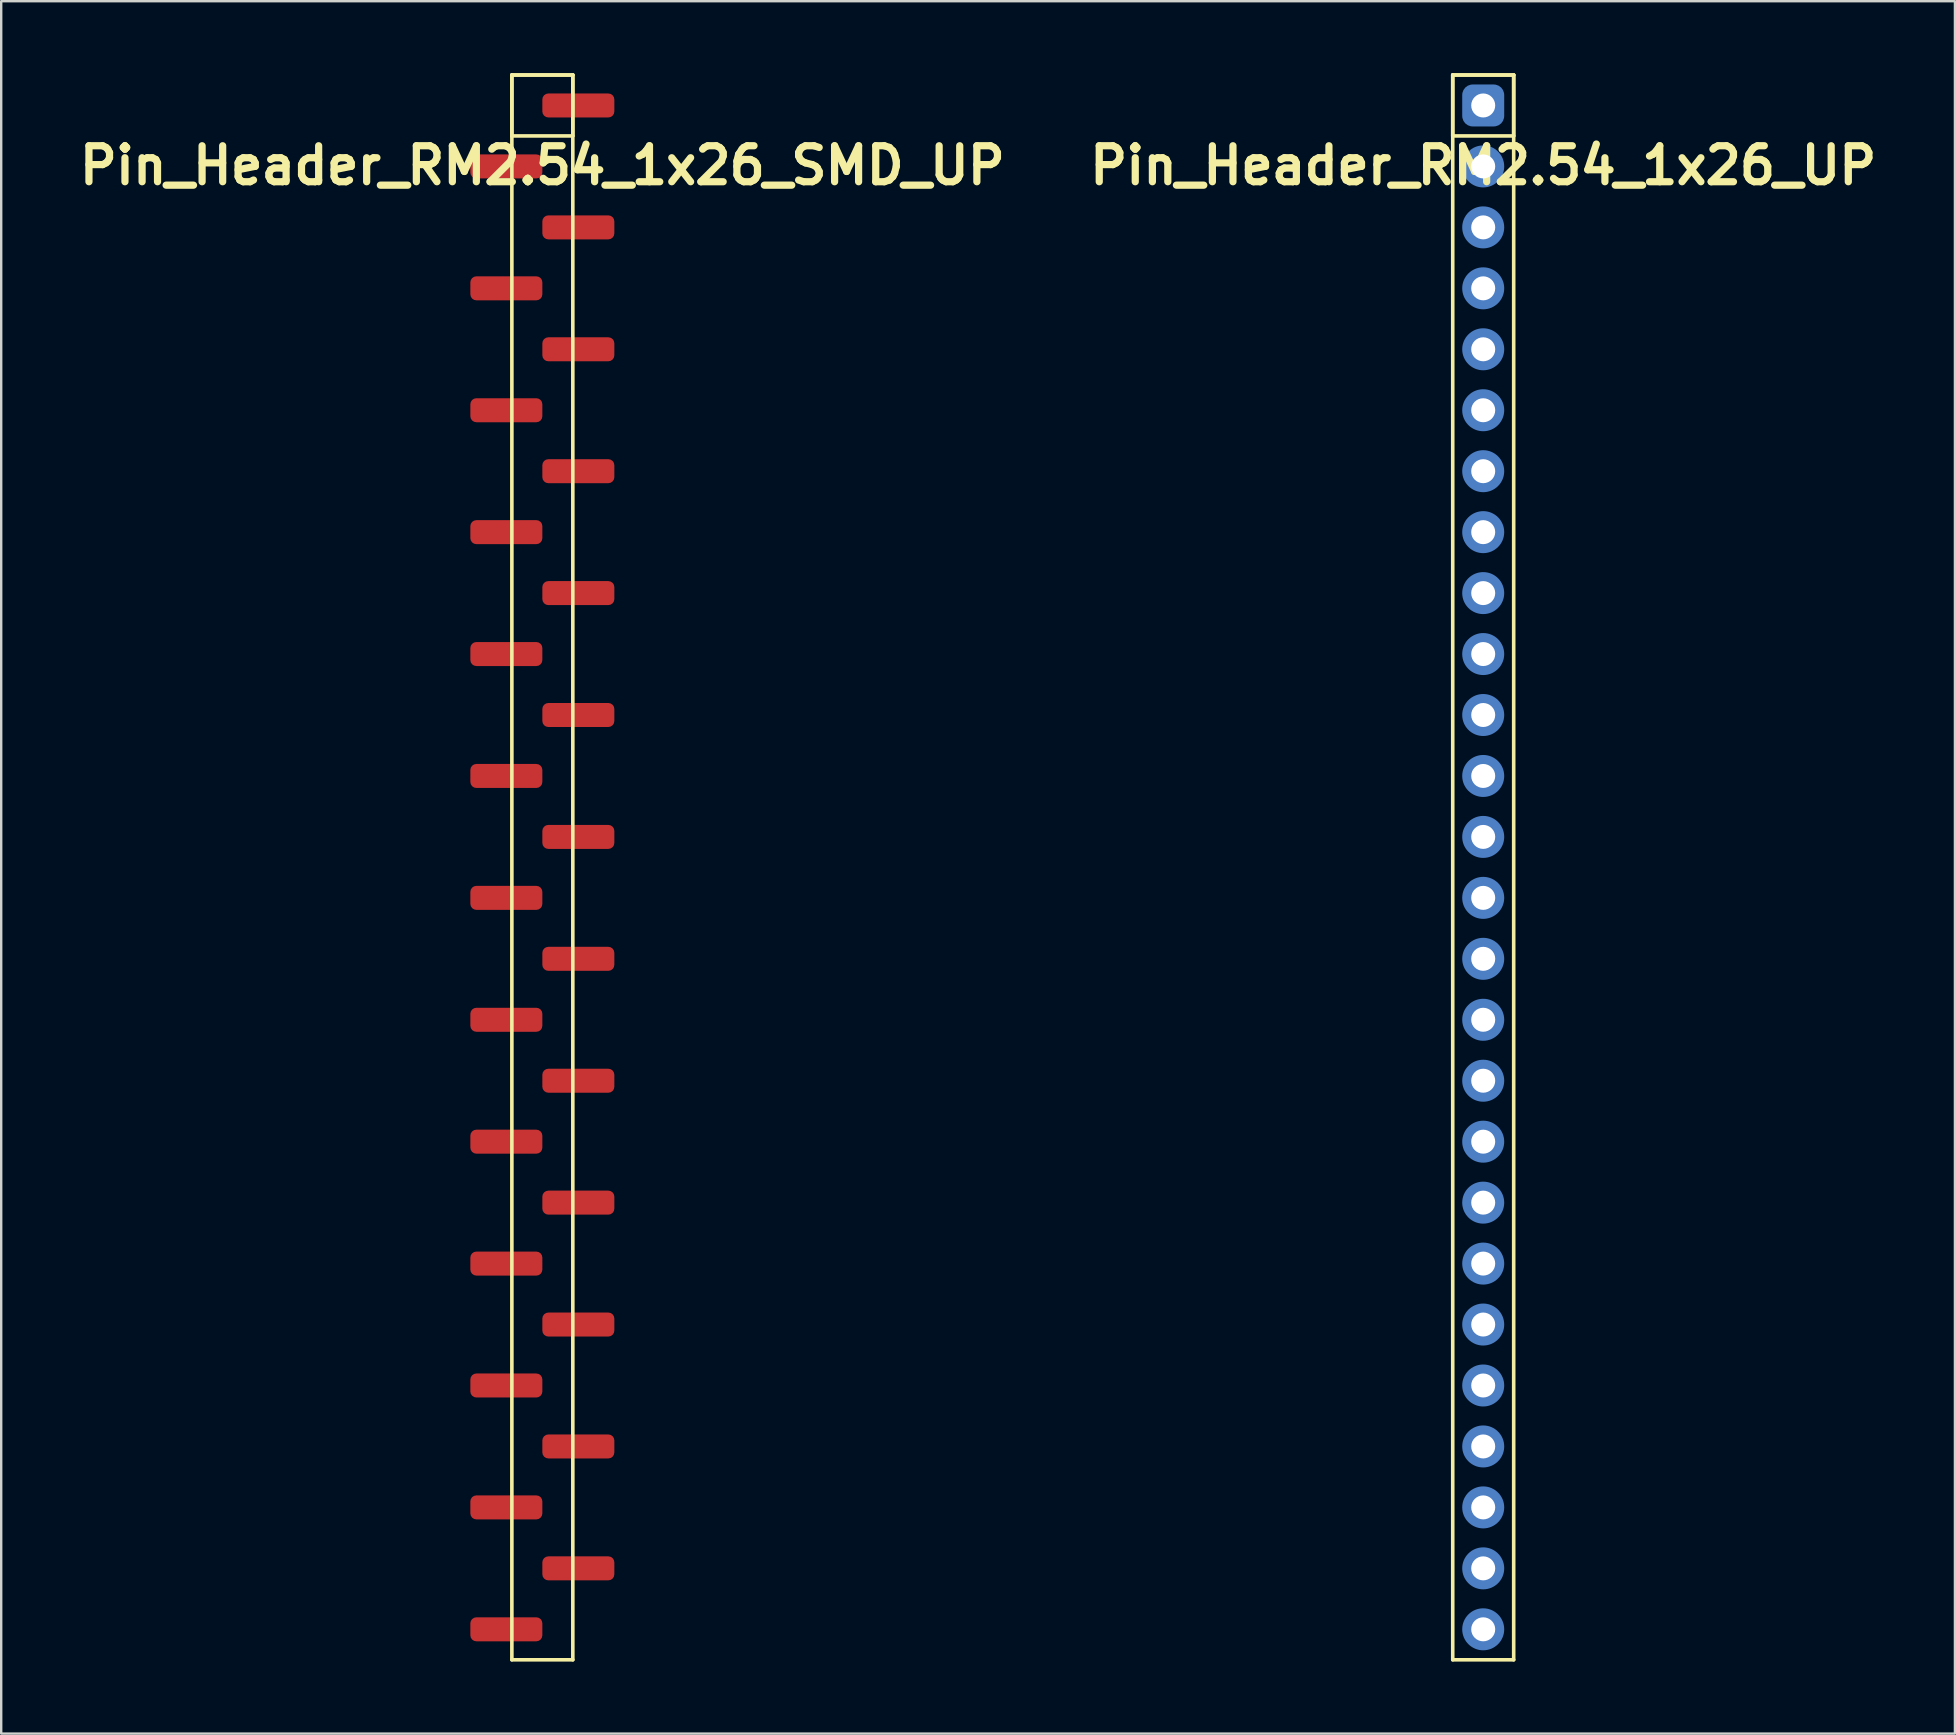
<source format=kicad_pcb>
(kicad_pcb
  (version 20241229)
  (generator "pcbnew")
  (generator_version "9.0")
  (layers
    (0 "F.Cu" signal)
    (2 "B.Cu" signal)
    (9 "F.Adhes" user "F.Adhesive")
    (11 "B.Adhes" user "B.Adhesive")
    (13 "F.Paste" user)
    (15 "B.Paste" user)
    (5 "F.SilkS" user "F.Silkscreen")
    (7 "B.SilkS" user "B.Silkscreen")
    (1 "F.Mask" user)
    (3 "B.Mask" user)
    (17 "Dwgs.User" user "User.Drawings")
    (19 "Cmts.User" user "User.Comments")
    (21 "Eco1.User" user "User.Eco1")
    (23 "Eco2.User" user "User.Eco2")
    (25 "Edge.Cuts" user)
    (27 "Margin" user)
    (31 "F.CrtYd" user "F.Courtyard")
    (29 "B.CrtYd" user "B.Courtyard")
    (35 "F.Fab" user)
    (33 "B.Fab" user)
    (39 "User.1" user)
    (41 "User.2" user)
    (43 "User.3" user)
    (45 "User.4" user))
  (footprint "Pin_Header_RM2.54_1x26_SMD_UP"
    (layer "F.Cu")
    (at 19.55 1.345)
    (property "Reference" "Pin_Header_RM2.54_1x26_SMD_UP" (at 0 2.5 0) (layer "F.SilkS") (effects (font (size 1.5 1.5) (thickness 0.3))))
    (attr through_hole)
    (fp_line (start -1.27 -1.27) (end 1.27 -1.27) (stroke (width 0.15) (type solid)) (layer "F.SilkS"))
    (fp_line (start -1.27 -1.27) (end 1.27 -1.27) (stroke (width 0.15) (type solid)) (layer "F.SilkS"))
    (fp_line (start -1.27 1.27) (end -1.27 -1.27) (stroke (width 0.15) (type solid)) (layer "F.SilkS"))
    (fp_line (start -1.27 64.77) (end -1.27 -1.27) (stroke (width 0.15) (type solid)) (layer "F.SilkS"))
    (fp_line (start 1.27 -1.27) (end 1.27 1.27) (stroke (width 0.15) (type solid)) (layer "F.SilkS"))
    (fp_line (start 1.27 -1.27) (end 1.27 64.77) (stroke (width 0.15) (type solid)) (layer "F.SilkS"))
    (fp_line (start 1.27 1.27) (end -1.27 1.27) (stroke (width 0.15) (type solid)) (layer "F.SilkS"))
    (fp_line (start 1.27 64.77) (end -1.27 64.77) (stroke (width 0.15) (type solid)) (layer "F.SilkS"))
    (pad "1" smd roundrect (at 1.5 0) (size 3 1) (layers "F.Cu" "F.Mask" "F.Paste") (roundrect_rratio 0.25))
    (pad "2" smd roundrect (at -1.5 2.54) (size 3 1) (layers "F.Cu" "F.Mask" "F.Paste") (roundrect_rratio 0.25))
    (pad "3" smd roundrect (at 1.5 5.08) (size 3 1) (layers "F.Cu" "F.Mask" "F.Paste") (roundrect_rratio 0.25))
    (pad "4" smd roundrect (at -1.5 7.62) (size 3 1) (layers "F.Cu" "F.Mask" "F.Paste") (roundrect_rratio 0.25))
    (pad "5" smd roundrect (at 1.5 10.16) (size 3 1) (layers "F.Cu" "F.Mask" "F.Paste") (roundrect_rratio 0.25))
    (pad "6" smd roundrect (at -1.5 12.7) (size 3 1) (layers "F.Cu" "F.Mask" "F.Paste") (roundrect_rratio 0.25))
    (pad "7" smd roundrect (at 1.5 15.24) (size 3 1) (layers "F.Cu" "F.Mask" "F.Paste") (roundrect_rratio 0.25))
    (pad "8" smd roundrect (at -1.5 17.78) (size 3 1) (layers "F.Cu" "F.Mask" "F.Paste") (roundrect_rratio 0.25))
    (pad "9" smd roundrect (at 1.5 20.32) (size 3 1) (layers "F.Cu" "F.Mask" "F.Paste") (roundrect_rratio 0.25))
    (pad "10" smd roundrect (at -1.5 22.86) (size 3 1) (layers "F.Cu" "F.Mask" "F.Paste") (roundrect_rratio 0.25))
    (pad "11" smd roundrect (at 1.5 25.4) (size 3 1) (layers "F.Cu" "F.Mask" "F.Paste") (roundrect_rratio 0.25))
    (pad "12" smd roundrect (at -1.5 27.94) (size 3 1) (layers "F.Cu" "F.Mask" "F.Paste") (roundrect_rratio 0.25))
    (pad "13" smd roundrect (at 1.5 30.48) (size 3 1) (layers "F.Cu" "F.Mask" "F.Paste") (roundrect_rratio 0.25))
    (pad "14" smd roundrect (at -1.5 33.02) (size 3 1) (layers "F.Cu" "F.Mask" "F.Paste") (roundrect_rratio 0.25))
    (pad "15" smd roundrect (at 1.5 35.56) (size 3 1) (layers "F.Cu" "F.Mask" "F.Paste") (roundrect_rratio 0.25))
    (pad "16" smd roundrect (at -1.5 38.1) (size 3 1) (layers "F.Cu" "F.Mask" "F.Paste") (roundrect_rratio 0.25))
    (pad "17" smd roundrect (at 1.5 40.64) (size 3 1) (layers "F.Cu" "F.Mask" "F.Paste") (roundrect_rratio 0.25))
    (pad "18" smd roundrect (at -1.5 43.18) (size 3 1) (layers "F.Cu" "F.Mask" "F.Paste") (roundrect_rratio 0.25))
    (pad "19" smd roundrect (at 1.5 45.72) (size 3 1) (layers "F.Cu" "F.Mask" "F.Paste") (roundrect_rratio 0.25))
    (pad "20" smd roundrect (at -1.5 48.26) (size 3 1) (layers "F.Cu" "F.Mask" "F.Paste") (roundrect_rratio 0.25))
    (pad "21" smd roundrect (at 1.5 50.8) (size 3 1) (layers "F.Cu" "F.Mask" "F.Paste") (roundrect_rratio 0.25))
    (pad "22" smd roundrect (at -1.5 53.34) (size 3 1) (layers "F.Cu" "F.Mask" "F.Paste") (roundrect_rratio 0.25))
    (pad "23" smd roundrect (at 1.5 55.88) (size 3 1) (layers "F.Cu" "F.Mask" "F.Paste") (roundrect_rratio 0.25))
    (pad "24" smd roundrect (at -1.5 58.42) (size 3 1) (layers "F.Cu" "F.Mask" "F.Paste") (roundrect_rratio 0.25))
    (pad "25" smd roundrect (at 1.5 60.96) (size 3 1) (layers "F.Cu" "F.Mask" "F.Paste") (roundrect_rratio 0.25))
    (pad "26" smd roundrect (at -1.5 63.5) (size 3 1) (layers "F.Cu" "F.Mask" "F.Paste") (roundrect_rratio 0.25)))
  (footprint "Pin_Header_RM2.54_1x26_UP"
    (layer "F.Cu")
    (at 58.757 1.345)
    (property "Reference" "Pin_Header_RM2.54_1x26_UP" (at 0 2.5 0) (layer "F.SilkS") (effects (font (size 1.5 1.5) (thickness 0.3))))
    (attr through_hole)
    (fp_line (start -1.27 -1.27) (end 1.27 -1.27) (stroke (width 0.15) (type solid)) (layer "F.SilkS"))
    (fp_line (start -1.27 -1.27) (end 1.27 -1.27) (stroke (width 0.15) (type solid)) (layer "F.SilkS"))
    (fp_line (start -1.27 1.27) (end -1.27 -1.27) (stroke (width 0.15) (type solid)) (layer "F.SilkS"))
    (fp_line (start -1.27 64.77) (end -1.27 -1.27) (stroke (width 0.15) (type solid)) (layer "F.SilkS"))
    (fp_line (start 1.27 -1.27) (end 1.27 1.27) (stroke (width 0.15) (type solid)) (layer "F.SilkS"))
    (fp_line (start 1.27 -1.27) (end 1.27 64.77) (stroke (width 0.15) (type solid)) (layer "F.SilkS"))
    (fp_line (start 1.27 1.27) (end -1.27 1.27) (stroke (width 0.15) (type solid)) (layer "F.SilkS"))
    (fp_line (start 1.27 64.77) (end -1.27 64.77) (stroke (width 0.15) (type solid)) (layer "F.SilkS"))
    (pad "1" thru_hole circle (at 0 0) (size 1.3 1.3) (drill 1) (layers "*.Cu" "*.Mask"))
    (pad "1" smd roundrect (at 0 0) (size 1.5 1.5) (layers "F.Cu" "F.Mask") (roundrect_rratio 0.25))
    (pad "1" smd roundrect (at 0 0) (size 1.75 1.75) (layers "B.Cu" "B.Mask") (roundrect_rratio 0.25))
    (pad "2" thru_hole circle (at 0 2.54) (size 1.3 1.3) (drill 1) (layers "*.Cu" "*.Mask"))
    (pad "2" smd circle (at 0 2.54) (size 1.5 1.5) (layers "F.Cu" "F.Mask"))
    (pad "2" smd circle (at 0 2.54) (size 1.75 1.75) (layers "B.Cu" "B.Mask"))
    (pad "3" thru_hole circle (at 0 5.08) (size 1.3 1.3) (drill 1) (layers "*.Cu" "*.Mask"))
    (pad "3" smd circle (at 0 5.08) (size 1.5 1.5) (layers "F.Cu" "F.Mask"))
    (pad "3" smd circle (at 0 5.08) (size 1.75 1.75) (layers "B.Cu" "B.Mask"))
    (pad "4" thru_hole circle (at 0 7.62) (size 1.3 1.3) (drill 1) (layers "*.Cu" "*.Mask"))
    (pad "4" smd circle (at 0 7.62) (size 1.5 1.5) (layers "F.Cu" "F.Mask"))
    (pad "4" smd circle (at 0 7.62) (size 1.75 1.75) (layers "B.Cu" "B.Mask"))
    (pad "5" thru_hole circle (at 0 10.16) (size 1.3 1.3) (drill 1) (layers "*.Cu" "*.Mask"))
    (pad "5" smd circle (at 0 10.16) (size 1.5 1.5) (layers "F.Cu" "F.Mask"))
    (pad "5" smd circle (at 0 10.16) (size 1.75 1.75) (layers "B.Cu" "B.Mask"))
    (pad "6" thru_hole circle (at 0 12.7) (size 1.3 1.3) (drill 1) (layers "*.Cu" "*.Mask"))
    (pad "6" smd circle (at 0 12.7) (size 1.5 1.5) (layers "F.Cu" "F.Mask"))
    (pad "6" smd circle (at 0 12.7) (size 1.75 1.75) (layers "B.Cu" "B.Mask"))
    (pad "7" thru_hole circle (at 0 15.24) (size 1.3 1.3) (drill 1) (layers "*.Cu" "*.Mask"))
    (pad "7" smd circle (at 0 15.24) (size 1.5 1.5) (layers "F.Cu" "F.Mask"))
    (pad "7" smd circle (at 0 15.24) (size 1.75 1.75) (layers "B.Cu" "B.Mask"))
    (pad "8" thru_hole circle (at 0 17.78) (size 1.3 1.3) (drill 1) (layers "*.Cu" "*.Mask"))
    (pad "8" smd circle (at 0 17.78) (size 1.5 1.5) (layers "F.Cu" "F.Mask"))
    (pad "8" smd circle (at 0 17.78) (size 1.75 1.75) (layers "B.Cu" "B.Mask"))
    (pad "9" thru_hole circle (at 0 20.32) (size 1.3 1.3) (drill 1) (layers "*.Cu" "*.Mask"))
    (pad "9" smd circle (at 0 20.32) (size 1.5 1.5) (layers "F.Cu" "F.Mask"))
    (pad "9" smd circle (at 0 20.32) (size 1.75 1.75) (layers "B.Cu" "B.Mask"))
    (pad "10" thru_hole circle (at 0 22.86) (size 1.3 1.3) (drill 1) (layers "*.Cu" "*.Mask"))
    (pad "10" smd circle (at 0 22.86) (size 1.5 1.5) (layers "F.Cu" "F.Mask"))
    (pad "10" smd circle (at 0 22.86) (size 1.75 1.75) (layers "B.Cu" "B.Mask"))
    (pad "11" thru_hole circle (at 0 25.4) (size 1.3 1.3) (drill 1) (layers "*.Cu" "*.Mask"))
    (pad "11" smd circle (at 0 25.4) (size 1.5 1.5) (layers "F.Cu" "F.Mask"))
    (pad "11" smd circle (at 0 25.4) (size 1.75 1.75) (layers "B.Cu" "B.Mask"))
    (pad "12" thru_hole circle (at 0 27.94) (size 1.3 1.3) (drill 1) (layers "*.Cu" "*.Mask"))
    (pad "12" smd circle (at 0 27.94) (size 1.5 1.5) (layers "F.Cu" "F.Mask"))
    (pad "12" smd circle (at 0 27.94) (size 1.75 1.75) (layers "B.Cu" "B.Mask"))
    (pad "13" thru_hole circle (at 0 30.48) (size 1.3 1.3) (drill 1) (layers "*.Cu" "*.Mask"))
    (pad "13" smd circle (at 0 30.48) (size 1.5 1.5) (layers "F.Cu" "F.Mask"))
    (pad "13" smd circle (at 0 30.48) (size 1.75 1.75) (layers "B.Cu" "B.Mask"))
    (pad "14" thru_hole circle (at 0 33.02) (size 1.3 1.3) (drill 1) (layers "*.Cu" "*.Mask"))
    (pad "14" smd circle (at 0 33.02) (size 1.5 1.5) (layers "F.Cu" "F.Mask"))
    (pad "14" smd circle (at 0 33.02) (size 1.75 1.75) (layers "B.Cu" "B.Mask"))
    (pad "15" thru_hole circle (at 0 35.56) (size 1.3 1.3) (drill 1) (layers "*.Cu" "*.Mask"))
    (pad "15" smd circle (at 0 35.56) (size 1.5 1.5) (layers "F.Cu" "F.Mask"))
    (pad "15" smd circle (at 0 35.56) (size 1.75 1.75) (layers "B.Cu" "B.Mask"))
    (pad "16" thru_hole circle (at 0 38.1) (size 1.3 1.3) (drill 1) (layers "*.Cu" "*.Mask"))
    (pad "16" smd circle (at 0 38.1) (size 1.5 1.5) (layers "F.Cu" "F.Mask"))
    (pad "16" smd circle (at 0 38.1) (size 1.75 1.75) (layers "B.Cu" "B.Mask"))
    (pad "17" thru_hole circle (at 0 40.64) (size 1.3 1.3) (drill 1) (layers "*.Cu" "*.Mask"))
    (pad "17" smd circle (at 0 40.64) (size 1.5 1.5) (layers "F.Cu" "F.Mask"))
    (pad "17" smd circle (at 0 40.64) (size 1.75 1.75) (layers "B.Cu" "B.Mask"))
    (pad "18" thru_hole circle (at 0 43.18) (size 1.3 1.3) (drill 1) (layers "*.Cu" "*.Mask"))
    (pad "18" smd circle (at 0 43.18) (size 1.5 1.5) (layers "F.Cu" "F.Mask"))
    (pad "18" smd circle (at 0 43.18) (size 1.75 1.75) (layers "B.Cu" "B.Mask"))
    (pad "19" thru_hole circle (at 0 45.72) (size 1.3 1.3) (drill 1) (layers "*.Cu" "*.Mask"))
    (pad "19" smd circle (at 0 45.72) (size 1.5 1.5) (layers "F.Cu" "F.Mask"))
    (pad "19" smd circle (at 0 45.72) (size 1.75 1.75) (layers "B.Cu" "B.Mask"))
    (pad "20" thru_hole circle (at 0 48.26) (size 1.3 1.3) (drill 1) (layers "*.Cu" "*.Mask"))
    (pad "20" smd circle (at 0 48.26) (size 1.5 1.5) (layers "F.Cu" "F.Mask"))
    (pad "20" smd circle (at 0 48.26) (size 1.75 1.75) (layers "B.Cu" "B.Mask"))
    (pad "21" thru_hole circle (at 0 50.8) (size 1.3 1.3) (drill 1) (layers "*.Cu" "*.Mask"))
    (pad "21" smd circle (at 0 50.8) (size 1.5 1.5) (layers "F.Cu" "F.Mask"))
    (pad "21" smd circle (at 0 50.8) (size 1.75 1.75) (layers "B.Cu" "B.Mask"))
    (pad "22" thru_hole circle (at 0 53.34) (size 1.3 1.3) (drill 1) (layers "*.Cu" "*.Mask"))
    (pad "22" smd circle (at 0 53.34) (size 1.5 1.5) (layers "F.Cu" "F.Mask"))
    (pad "22" smd circle (at 0 53.34) (size 1.75 1.75) (layers "B.Cu" "B.Mask"))
    (pad "23" thru_hole circle (at 0 55.88) (size 1.3 1.3) (drill 1) (layers "*.Cu" "*.Mask"))
    (pad "23" smd circle (at 0 55.88) (size 1.5 1.5) (layers "F.Cu" "F.Mask"))
    (pad "23" smd circle (at 0 55.88) (size 1.75 1.75) (layers "B.Cu" "B.Mask"))
    (pad "24" thru_hole circle (at 0 58.42) (size 1.3 1.3) (drill 1) (layers "*.Cu" "*.Mask"))
    (pad "24" smd circle (at 0 58.42) (size 1.5 1.5) (layers "F.Cu" "F.Mask"))
    (pad "24" smd circle (at 0 58.42) (size 1.75 1.75) (layers "B.Cu" "B.Mask"))
    (pad "25" thru_hole circle (at 0 60.96) (size 1.3 1.3) (drill 1) (layers "*.Cu" "*.Mask"))
    (pad "25" smd circle (at 0 60.96) (size 1.5 1.5) (layers "F.Cu" "F.Mask"))
    (pad "25" smd circle (at 0 60.96) (size 1.75 1.75) (layers "B.Cu" "B.Mask"))
    (pad "26" thru_hole circle (at 0 63.5) (size 1.3 1.3) (drill 1) (layers "*.Cu" "*.Mask"))
    (pad "26" smd circle (at 0 63.5) (size 1.5 1.5) (layers "F.Cu" "F.Mask"))
    (pad "26" smd circle (at 0 63.5) (size 1.75 1.75) (layers "B.Cu" "B.Mask")))
  (gr_rect
    (start -3 -3)
    (end 78.414 69.19)
    (stroke (width 0.1) (type default))
    (fill no)
    (layer "Edge.Cuts")))
</source>
